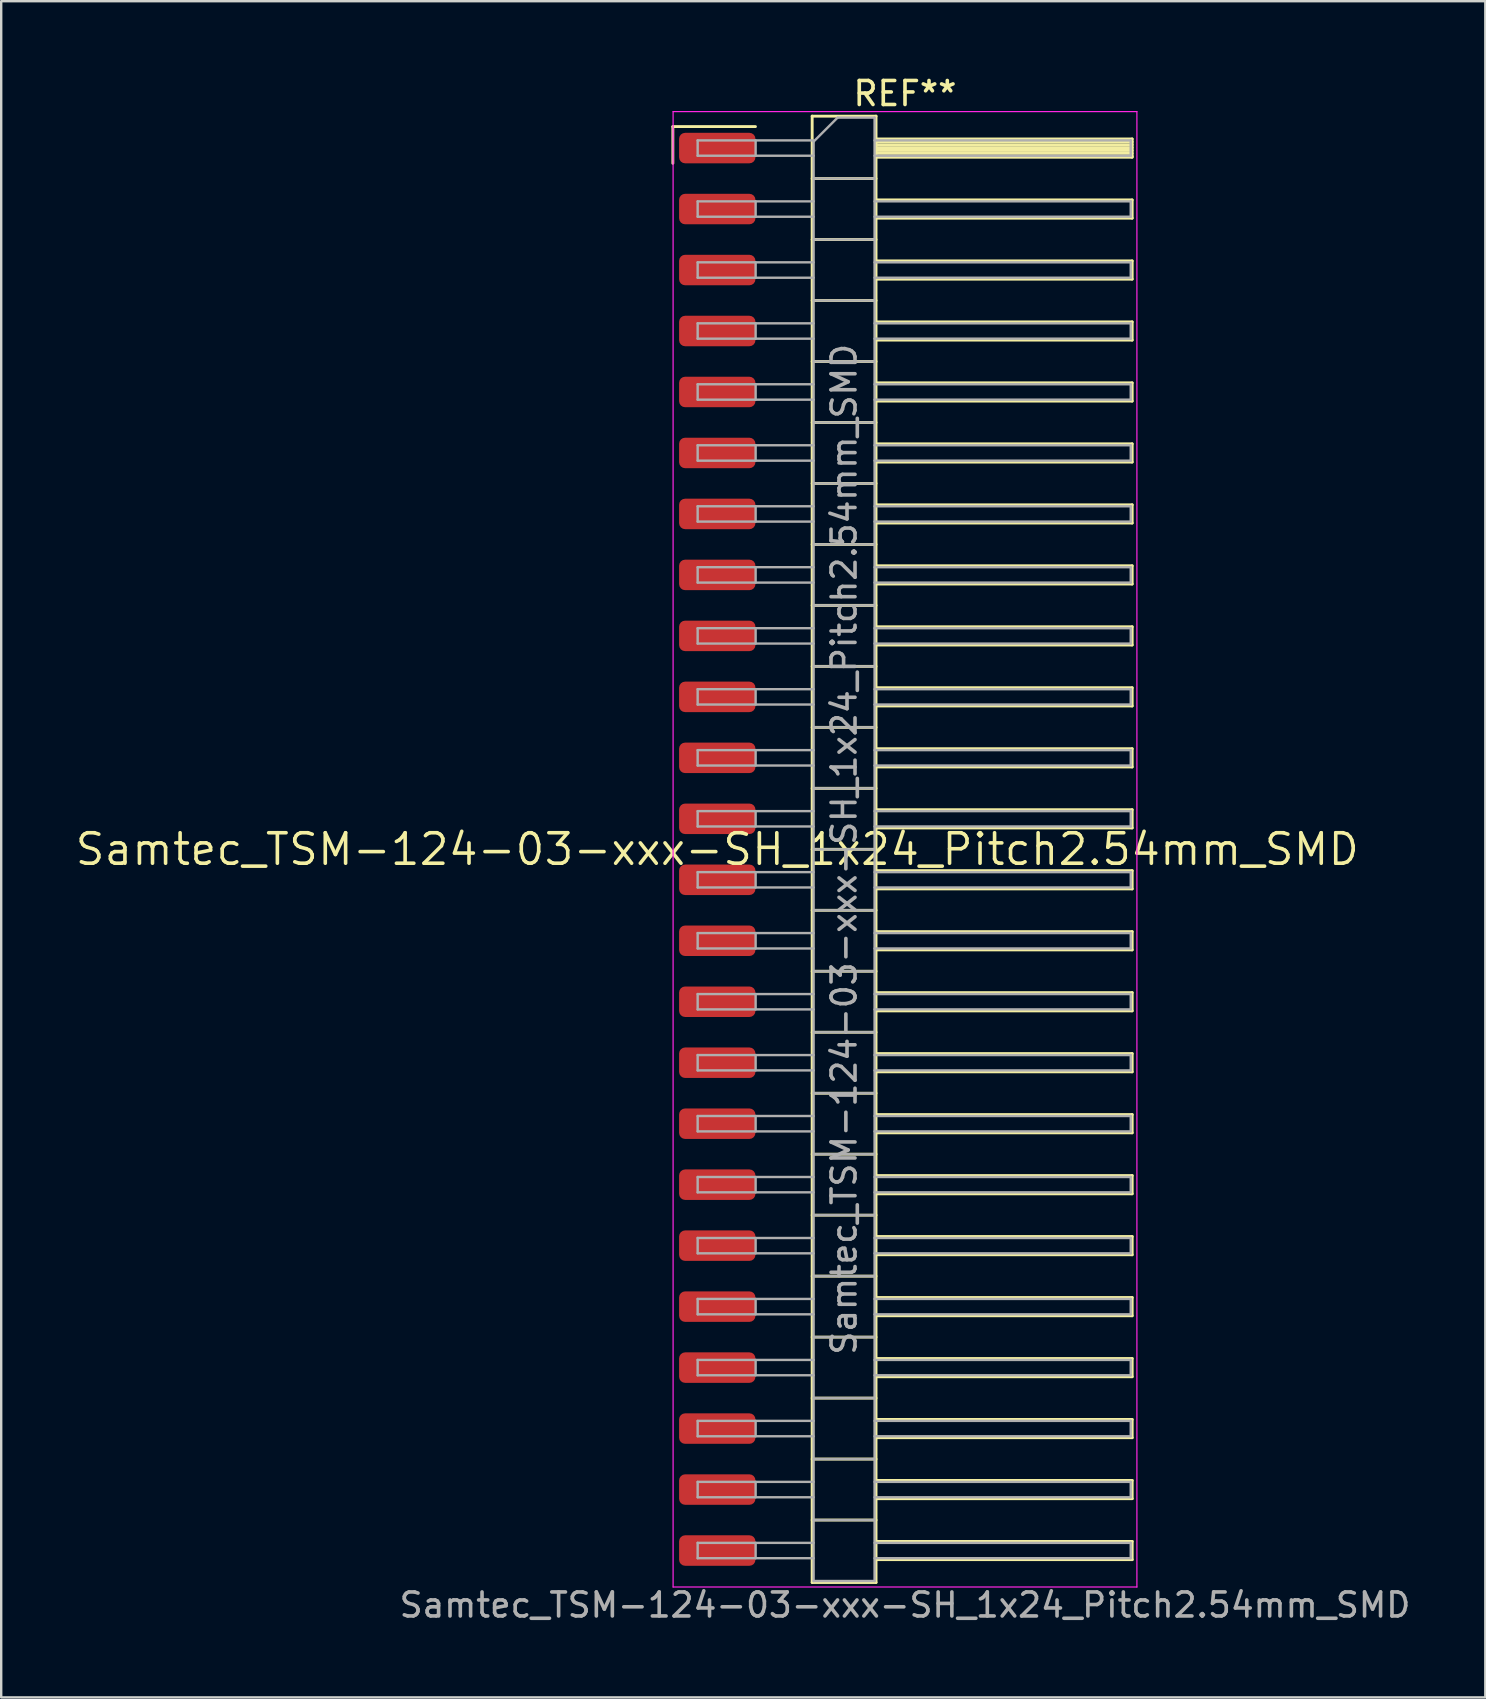
<source format=kicad_pcb>
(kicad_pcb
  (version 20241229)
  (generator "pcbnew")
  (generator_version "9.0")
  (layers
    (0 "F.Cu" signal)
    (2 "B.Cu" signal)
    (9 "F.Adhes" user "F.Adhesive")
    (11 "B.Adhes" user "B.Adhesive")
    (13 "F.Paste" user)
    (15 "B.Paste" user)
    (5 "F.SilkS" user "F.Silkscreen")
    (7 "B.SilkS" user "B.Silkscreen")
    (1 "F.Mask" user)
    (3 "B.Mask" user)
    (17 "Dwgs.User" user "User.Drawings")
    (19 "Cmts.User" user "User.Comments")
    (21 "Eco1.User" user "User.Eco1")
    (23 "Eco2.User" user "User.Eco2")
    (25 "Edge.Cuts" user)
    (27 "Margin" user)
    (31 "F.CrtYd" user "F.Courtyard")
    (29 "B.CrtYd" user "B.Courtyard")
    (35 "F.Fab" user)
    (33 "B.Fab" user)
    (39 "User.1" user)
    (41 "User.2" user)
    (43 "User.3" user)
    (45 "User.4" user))
  (footprint "Samtec_TSM-124-03-xxx-SH_1x24_Pitch2.54mm_SMD"
    (layer "F.Cu")
    (at 26.828 32.328)
    (property "Reference" "Samtec_TSM-124-03-xxx-SH_1x24_Pitch2.54mm_SMD" (at 0 0 0) (layer "F.SilkS") (effects (font (size 1.27 1.27) (thickness 0.15))))
    (attr smd)
    (fp_line (start -1.85 -30.105) (end 1.59 -30.105) (stroke (width 0.12) (type solid)) (layer "F.SilkS"))
    (fp_line (start -1.85 -28.575) (end -1.85 -30.105) (stroke (width 0.12) (type solid)) (layer "F.SilkS"))
    (fp_line (start 3.953 -30.54) (end 6.613 -30.54) (stroke (width 0.12) (type solid)) (layer "F.SilkS"))
    (fp_line (start 3.953 -27.94) (end 6.613 -27.94) (stroke (width 0.12) (type solid)) (layer "F.SilkS"))
    (fp_line (start 3.953 -25.4) (end 6.613 -25.4) (stroke (width 0.12) (type solid)) (layer "F.SilkS"))
    (fp_line (start 3.953 -22.86) (end 6.613 -22.86) (stroke (width 0.12) (type solid)) (layer "F.SilkS"))
    (fp_line (start 3.953 -20.32) (end 6.613 -20.32) (stroke (width 0.12) (type solid)) (layer "F.SilkS"))
    (fp_line (start 3.953 -17.78) (end 6.613 -17.78) (stroke (width 0.12) (type solid)) (layer "F.SilkS"))
    (fp_line (start 3.953 -15.24) (end 6.613 -15.24) (stroke (width 0.12) (type solid)) (layer "F.SilkS"))
    (fp_line (start 3.953 -12.7) (end 6.613 -12.7) (stroke (width 0.12) (type solid)) (layer "F.SilkS"))
    (fp_line (start 3.953 -10.16) (end 6.613 -10.16) (stroke (width 0.12) (type solid)) (layer "F.SilkS"))
    (fp_line (start 3.953 -7.62) (end 6.613 -7.62) (stroke (width 0.12) (type solid)) (layer "F.SilkS"))
    (fp_line (start 3.953 -5.08) (end 6.613 -5.08) (stroke (width 0.12) (type solid)) (layer "F.SilkS"))
    (fp_line (start 3.953 -2.54) (end 6.613 -2.54) (stroke (width 0.12) (type solid)) (layer "F.SilkS"))
    (fp_line (start 3.953 0) (end 6.613 0) (stroke (width 0.12) (type solid)) (layer "F.SilkS"))
    (fp_line (start 3.953 2.54) (end 6.613 2.54) (stroke (width 0.12) (type solid)) (layer "F.SilkS"))
    (fp_line (start 3.953 5.08) (end 6.613 5.08) (stroke (width 0.12) (type solid)) (layer "F.SilkS"))
    (fp_line (start 3.953 7.62) (end 6.613 7.62) (stroke (width 0.12) (type solid)) (layer "F.SilkS"))
    (fp_line (start 3.953 10.16) (end 6.613 10.16) (stroke (width 0.12) (type solid)) (layer "F.SilkS"))
    (fp_line (start 3.953 12.7) (end 6.613 12.7) (stroke (width 0.12) (type solid)) (layer "F.SilkS"))
    (fp_line (start 3.953 15.24) (end 6.613 15.24) (stroke (width 0.12) (type solid)) (layer "F.SilkS"))
    (fp_line (start 3.953 17.78) (end 6.613 17.78) (stroke (width 0.12) (type solid)) (layer "F.SilkS"))
    (fp_line (start 3.953 20.32) (end 6.613 20.32) (stroke (width 0.12) (type solid)) (layer "F.SilkS"))
    (fp_line (start 3.953 22.86) (end 6.613 22.86) (stroke (width 0.12) (type solid)) (layer "F.SilkS"))
    (fp_line (start 3.953 25.4) (end 6.613 25.4) (stroke (width 0.12) (type solid)) (layer "F.SilkS"))
    (fp_line (start 3.953 27.94) (end 6.613 27.94) (stroke (width 0.12) (type solid)) (layer "F.SilkS"))
    (fp_line (start 3.953 30.54) (end 3.953 -30.54) (stroke (width 0.12) (type solid)) (layer "F.SilkS"))
    (fp_line (start 6.613 -30.54) (end 6.613 30.54) (stroke (width 0.12) (type solid)) (layer "F.SilkS"))
    (fp_line (start 6.613 -29.59) (end 17.283 -29.59) (stroke (width 0.12) (type solid)) (layer "F.SilkS"))
    (fp_line (start 6.613 -29.47) (end 17.283 -29.47) (stroke (width 0.12) (type solid)) (layer "F.SilkS"))
    (fp_line (start 6.613 -29.35) (end 17.283 -29.35) (stroke (width 0.12) (type solid)) (layer "F.SilkS"))
    (fp_line (start 6.613 -29.23) (end 17.283 -29.23) (stroke (width 0.12) (type solid)) (layer "F.SilkS"))
    (fp_line (start 6.613 -29.11) (end 17.283 -29.11) (stroke (width 0.12) (type solid)) (layer "F.SilkS"))
    (fp_line (start 6.613 -28.99) (end 17.283 -28.99) (stroke (width 0.12) (type solid)) (layer "F.SilkS"))
    (fp_line (start 6.613 -28.87) (end 17.283 -28.87) (stroke (width 0.12) (type solid)) (layer "F.SilkS"))
    (fp_line (start 6.613 -28.83) (end 17.283 -28.83) (stroke (width 0.12) (type solid)) (layer "F.SilkS"))
    (fp_line (start 6.613 -27.05) (end 17.283 -27.05) (stroke (width 0.12) (type solid)) (layer "F.SilkS"))
    (fp_line (start 6.613 -26.29) (end 17.283 -26.29) (stroke (width 0.12) (type solid)) (layer "F.SilkS"))
    (fp_line (start 6.613 -24.51) (end 17.283 -24.51) (stroke (width 0.12) (type solid)) (layer "F.SilkS"))
    (fp_line (start 6.613 -23.75) (end 17.283 -23.75) (stroke (width 0.12) (type solid)) (layer "F.SilkS"))
    (fp_line (start 6.613 -21.97) (end 17.283 -21.97) (stroke (width 0.12) (type solid)) (layer "F.SilkS"))
    (fp_line (start 6.613 -21.21) (end 17.283 -21.21) (stroke (width 0.12) (type solid)) (layer "F.SilkS"))
    (fp_line (start 6.613 -19.43) (end 17.283 -19.43) (stroke (width 0.12) (type solid)) (layer "F.SilkS"))
    (fp_line (start 6.613 -18.67) (end 17.283 -18.67) (stroke (width 0.12) (type solid)) (layer "F.SilkS"))
    (fp_line (start 6.613 -16.89) (end 17.283 -16.89) (stroke (width 0.12) (type solid)) (layer "F.SilkS"))
    (fp_line (start 6.613 -16.13) (end 17.283 -16.13) (stroke (width 0.12) (type solid)) (layer "F.SilkS"))
    (fp_line (start 6.613 -14.35) (end 17.283 -14.35) (stroke (width 0.12) (type solid)) (layer "F.SilkS"))
    (fp_line (start 6.613 -13.59) (end 17.283 -13.59) (stroke (width 0.12) (type solid)) (layer "F.SilkS"))
    (fp_line (start 6.613 -11.81) (end 17.283 -11.81) (stroke (width 0.12) (type solid)) (layer "F.SilkS"))
    (fp_line (start 6.613 -11.05) (end 17.283 -11.05) (stroke (width 0.12) (type solid)) (layer "F.SilkS"))
    (fp_line (start 6.613 -9.27) (end 17.283 -9.27) (stroke (width 0.12) (type solid)) (layer "F.SilkS"))
    (fp_line (start 6.613 -8.51) (end 17.283 -8.51) (stroke (width 0.12) (type solid)) (layer "F.SilkS"))
    (fp_line (start 6.613 -6.73) (end 17.283 -6.73) (stroke (width 0.12) (type solid)) (layer "F.SilkS"))
    (fp_line (start 6.613 -5.97) (end 17.283 -5.97) (stroke (width 0.12) (type solid)) (layer "F.SilkS"))
    (fp_line (start 6.613 -4.19) (end 17.283 -4.19) (stroke (width 0.12) (type solid)) (layer "F.SilkS"))
    (fp_line (start 6.613 -3.43) (end 17.283 -3.43) (stroke (width 0.12) (type solid)) (layer "F.SilkS"))
    (fp_line (start 6.613 -1.65) (end 17.283 -1.65) (stroke (width 0.12) (type solid)) (layer "F.SilkS"))
    (fp_line (start 6.613 -0.89) (end 17.283 -0.89) (stroke (width 0.12) (type solid)) (layer "F.SilkS"))
    (fp_line (start 6.613 0.89) (end 17.283 0.89) (stroke (width 0.12) (type solid)) (layer "F.SilkS"))
    (fp_line (start 6.613 1.65) (end 17.283 1.65) (stroke (width 0.12) (type solid)) (layer "F.SilkS"))
    (fp_line (start 6.613 3.43) (end 17.283 3.43) (stroke (width 0.12) (type solid)) (layer "F.SilkS"))
    (fp_line (start 6.613 4.19) (end 17.283 4.19) (stroke (width 0.12) (type solid)) (layer "F.SilkS"))
    (fp_line (start 6.613 5.97) (end 17.283 5.97) (stroke (width 0.12) (type solid)) (layer "F.SilkS"))
    (fp_line (start 6.613 6.73) (end 17.283 6.73) (stroke (width 0.12) (type solid)) (layer "F.SilkS"))
    (fp_line (start 6.613 8.51) (end 17.283 8.51) (stroke (width 0.12) (type solid)) (layer "F.SilkS"))
    (fp_line (start 6.613 9.27) (end 17.283 9.27) (stroke (width 0.12) (type solid)) (layer "F.SilkS"))
    (fp_line (start 6.613 11.05) (end 17.283 11.05) (stroke (width 0.12) (type solid)) (layer "F.SilkS"))
    (fp_line (start 6.613 11.81) (end 17.283 11.81) (stroke (width 0.12) (type solid)) (layer "F.SilkS"))
    (fp_line (start 6.613 13.59) (end 17.283 13.59) (stroke (width 0.12) (type solid)) (layer "F.SilkS"))
    (fp_line (start 6.613 14.35) (end 17.283 14.35) (stroke (width 0.12) (type solid)) (layer "F.SilkS"))
    (fp_line (start 6.613 16.13) (end 17.283 16.13) (stroke (width 0.12) (type solid)) (layer "F.SilkS"))
    (fp_line (start 6.613 16.89) (end 17.283 16.89) (stroke (width 0.12) (type solid)) (layer "F.SilkS"))
    (fp_line (start 6.613 18.67) (end 17.283 18.67) (stroke (width 0.12) (type solid)) (layer "F.SilkS"))
    (fp_line (start 6.613 19.43) (end 17.283 19.43) (stroke (width 0.12) (type solid)) (layer "F.SilkS"))
    (fp_line (start 6.613 21.21) (end 17.283 21.21) (stroke (width 0.12) (type solid)) (layer "F.SilkS"))
    (fp_line (start 6.613 21.97) (end 17.283 21.97) (stroke (width 0.12) (type solid)) (layer "F.SilkS"))
    (fp_line (start 6.613 23.75) (end 17.283 23.75) (stroke (width 0.12) (type solid)) (layer "F.SilkS"))
    (fp_line (start 6.613 24.51) (end 17.283 24.51) (stroke (width 0.12) (type solid)) (layer "F.SilkS"))
    (fp_line (start 6.613 26.29) (end 17.283 26.29) (stroke (width 0.12) (type solid)) (layer "F.SilkS"))
    (fp_line (start 6.613 27.05) (end 17.283 27.05) (stroke (width 0.12) (type solid)) (layer "F.SilkS"))
    (fp_line (start 6.613 28.83) (end 17.283 28.83) (stroke (width 0.12) (type solid)) (layer "F.SilkS"))
    (fp_line (start 6.613 29.59) (end 17.283 29.59) (stroke (width 0.12) (type solid)) (layer "F.SilkS"))
    (fp_line (start 6.613 30.54) (end 3.953 30.54) (stroke (width 0.12) (type solid)) (layer "F.SilkS"))
    (fp_line (start 17.283 -29.59) (end 17.283 -28.83) (stroke (width 0.12) (type solid)) (layer "F.SilkS"))
    (fp_line (start 17.283 -27.05) (end 17.283 -26.29) (stroke (width 0.12) (type solid)) (layer "F.SilkS"))
    (fp_line (start 17.283 -24.51) (end 17.283 -23.75) (stroke (width 0.12) (type solid)) (layer "F.SilkS"))
    (fp_line (start 17.283 -21.97) (end 17.283 -21.21) (stroke (width 0.12) (type solid)) (layer "F.SilkS"))
    (fp_line (start 17.283 -19.43) (end 17.283 -18.67) (stroke (width 0.12) (type solid)) (layer "F.SilkS"))
    (fp_line (start 17.283 -16.89) (end 17.283 -16.13) (stroke (width 0.12) (type solid)) (layer "F.SilkS"))
    (fp_line (start 17.283 -14.35) (end 17.283 -13.59) (stroke (width 0.12) (type solid)) (layer "F.SilkS"))
    (fp_line (start 17.283 -11.81) (end 17.283 -11.05) (stroke (width 0.12) (type solid)) (layer "F.SilkS"))
    (fp_line (start 17.283 -9.27) (end 17.283 -8.51) (stroke (width 0.12) (type solid)) (layer "F.SilkS"))
    (fp_line (start 17.283 -6.73) (end 17.283 -5.97) (stroke (width 0.12) (type solid)) (layer "F.SilkS"))
    (fp_line (start 17.283 -4.19) (end 17.283 -3.43) (stroke (width 0.12) (type solid)) (layer "F.SilkS"))
    (fp_line (start 17.283 -1.65) (end 17.283 -0.89) (stroke (width 0.12) (type solid)) (layer "F.SilkS"))
    (fp_line (start 17.283 0.89) (end 17.283 1.65) (stroke (width 0.12) (type solid)) (layer "F.SilkS"))
    (fp_line (start 17.283 3.43) (end 17.283 4.19) (stroke (width 0.12) (type solid)) (layer "F.SilkS"))
    (fp_line (start 17.283 5.97) (end 17.283 6.73) (stroke (width 0.12) (type solid)) (layer "F.SilkS"))
    (fp_line (start 17.283 8.51) (end 17.283 9.27) (stroke (width 0.12) (type solid)) (layer "F.SilkS"))
    (fp_line (start 17.283 11.05) (end 17.283 11.81) (stroke (width 0.12) (type solid)) (layer "F.SilkS"))
    (fp_line (start 17.283 13.59) (end 17.283 14.35) (stroke (width 0.12) (type solid)) (layer "F.SilkS"))
    (fp_line (start 17.283 16.13) (end 17.283 16.89) (stroke (width 0.12) (type solid)) (layer "F.SilkS"))
    (fp_line (start 17.283 18.67) (end 17.283 19.43) (stroke (width 0.12) (type solid)) (layer "F.SilkS"))
    (fp_line (start 17.283 21.21) (end 17.283 21.97) (stroke (width 0.12) (type solid)) (layer "F.SilkS"))
    (fp_line (start 17.283 23.75) (end 17.283 24.51) (stroke (width 0.12) (type solid)) (layer "F.SilkS"))
    (fp_line (start 17.283 26.29) (end 17.283 27.05) (stroke (width 0.12) (type solid)) (layer "F.SilkS"))
    (fp_line (start 17.283 28.83) (end 17.283 29.59) (stroke (width 0.12) (type solid)) (layer "F.SilkS"))
    (fp_line (start -1.84 -30.73) (end 17.48 -30.73) (stroke (width 0.05) (type solid)) (layer "F.CrtYd"))
    (fp_line (start -1.84 30.73) (end -1.84 -30.73) (stroke (width 0.05) (type solid)) (layer "F.CrtYd"))
    (fp_line (start 17.48 -30.73) (end 17.48 30.73) (stroke (width 0.05) (type solid)) (layer "F.CrtYd"))
    (fp_line (start 17.48 30.73) (end -1.84 30.73) (stroke (width 0.05) (type solid)) (layer "F.CrtYd"))
    (fp_line (start -0.817 -29.53) (end -0.817 -28.89) (stroke (width 0.1) (type solid)) (layer "F.Fab"))
    (fp_line (start -0.817 -29.53) (end 4.013 -29.53) (stroke (width 0.1) (type solid)) (layer "F.Fab"))
    (fp_line (start -0.817 -28.89) (end 4.013 -28.89) (stroke (width 0.1) (type solid)) (layer "F.Fab"))
    (fp_line (start -0.817 -26.99) (end -0.817 -26.35) (stroke (width 0.1) (type solid)) (layer "F.Fab"))
    (fp_line (start -0.817 -26.99) (end 4.013 -26.99) (stroke (width 0.1) (type solid)) (layer "F.Fab"))
    (fp_line (start -0.817 -26.35) (end 4.013 -26.35) (stroke (width 0.1) (type solid)) (layer "F.Fab"))
    (fp_line (start -0.817 -24.45) (end -0.817 -23.81) (stroke (width 0.1) (type solid)) (layer "F.Fab"))
    (fp_line (start -0.817 -24.45) (end 4.013 -24.45) (stroke (width 0.1) (type solid)) (layer "F.Fab"))
    (fp_line (start -0.817 -23.81) (end 4.013 -23.81) (stroke (width 0.1) (type solid)) (layer "F.Fab"))
    (fp_line (start -0.817 -21.91) (end -0.817 -21.27) (stroke (width 0.1) (type solid)) (layer "F.Fab"))
    (fp_line (start -0.817 -21.91) (end 4.013 -21.91) (stroke (width 0.1) (type solid)) (layer "F.Fab"))
    (fp_line (start -0.817 -21.27) (end 4.013 -21.27) (stroke (width 0.1) (type solid)) (layer "F.Fab"))
    (fp_line (start -0.817 -19.37) (end -0.817 -18.73) (stroke (width 0.1) (type solid)) (layer "F.Fab"))
    (fp_line (start -0.817 -19.37) (end 4.013 -19.37) (stroke (width 0.1) (type solid)) (layer "F.Fab"))
    (fp_line (start -0.817 -18.73) (end 4.013 -18.73) (stroke (width 0.1) (type solid)) (layer "F.Fab"))
    (fp_line (start -0.817 -16.83) (end -0.817 -16.19) (stroke (width 0.1) (type solid)) (layer "F.Fab"))
    (fp_line (start -0.817 -16.83) (end 4.013 -16.83) (stroke (width 0.1) (type solid)) (layer "F.Fab"))
    (fp_line (start -0.817 -16.19) (end 4.013 -16.19) (stroke (width 0.1) (type solid)) (layer "F.Fab"))
    (fp_line (start -0.817 -14.29) (end -0.817 -13.65) (stroke (width 0.1) (type solid)) (layer "F.Fab"))
    (fp_line (start -0.817 -14.29) (end 4.013 -14.29) (stroke (width 0.1) (type solid)) (layer "F.Fab"))
    (fp_line (start -0.817 -13.65) (end 4.013 -13.65) (stroke (width 0.1) (type solid)) (layer "F.Fab"))
    (fp_line (start -0.817 -11.75) (end -0.817 -11.11) (stroke (width 0.1) (type solid)) (layer "F.Fab"))
    (fp_line (start -0.817 -11.75) (end 4.013 -11.75) (stroke (width 0.1) (type solid)) (layer "F.Fab"))
    (fp_line (start -0.817 -11.11) (end 4.013 -11.11) (stroke (width 0.1) (type solid)) (layer "F.Fab"))
    (fp_line (start -0.817 -9.21) (end -0.817 -8.57) (stroke (width 0.1) (type solid)) (layer "F.Fab"))
    (fp_line (start -0.817 -9.21) (end 4.013 -9.21) (stroke (width 0.1) (type solid)) (layer "F.Fab"))
    (fp_line (start -0.817 -8.57) (end 4.013 -8.57) (stroke (width 0.1) (type solid)) (layer "F.Fab"))
    (fp_line (start -0.817 -6.67) (end -0.817 -6.03) (stroke (width 0.1) (type solid)) (layer "F.Fab"))
    (fp_line (start -0.817 -6.67) (end 4.013 -6.67) (stroke (width 0.1) (type solid)) (layer "F.Fab"))
    (fp_line (start -0.817 -6.03) (end 4.013 -6.03) (stroke (width 0.1) (type solid)) (layer "F.Fab"))
    (fp_line (start -0.817 -4.13) (end -0.817 -3.49) (stroke (width 0.1) (type solid)) (layer "F.Fab"))
    (fp_line (start -0.817 -4.13) (end 4.013 -4.13) (stroke (width 0.1) (type solid)) (layer "F.Fab"))
    (fp_line (start -0.817 -3.49) (end 4.013 -3.49) (stroke (width 0.1) (type solid)) (layer "F.Fab"))
    (fp_line (start -0.817 -1.59) (end -0.817 -0.95) (stroke (width 0.1) (type solid)) (layer "F.Fab"))
    (fp_line (start -0.817 -1.59) (end 4.013 -1.59) (stroke (width 0.1) (type solid)) (layer "F.Fab"))
    (fp_line (start -0.817 -0.95) (end 4.013 -0.95) (stroke (width 0.1) (type solid)) (layer "F.Fab"))
    (fp_line (start -0.817 0.95) (end -0.817 1.59) (stroke (width 0.1) (type solid)) (layer "F.Fab"))
    (fp_line (start -0.817 0.95) (end 4.013 0.95) (stroke (width 0.1) (type solid)) (layer "F.Fab"))
    (fp_line (start -0.817 1.59) (end 4.013 1.59) (stroke (width 0.1) (type solid)) (layer "F.Fab"))
    (fp_line (start -0.817 3.49) (end -0.817 4.13) (stroke (width 0.1) (type solid)) (layer "F.Fab"))
    (fp_line (start -0.817 3.49) (end 4.013 3.49) (stroke (width 0.1) (type solid)) (layer "F.Fab"))
    (fp_line (start -0.817 4.13) (end 4.013 4.13) (stroke (width 0.1) (type solid)) (layer "F.Fab"))
    (fp_line (start -0.817 6.03) (end -0.817 6.67) (stroke (width 0.1) (type solid)) (layer "F.Fab"))
    (fp_line (start -0.817 6.03) (end 4.013 6.03) (stroke (width 0.1) (type solid)) (layer "F.Fab"))
    (fp_line (start -0.817 6.67) (end 4.013 6.67) (stroke (width 0.1) (type solid)) (layer "F.Fab"))
    (fp_line (start -0.817 8.57) (end -0.817 9.21) (stroke (width 0.1) (type solid)) (layer "F.Fab"))
    (fp_line (start -0.817 8.57) (end 4.013 8.57) (stroke (width 0.1) (type solid)) (layer "F.Fab"))
    (fp_line (start -0.817 9.21) (end 4.013 9.21) (stroke (width 0.1) (type solid)) (layer "F.Fab"))
    (fp_line (start -0.817 11.11) (end -0.817 11.75) (stroke (width 0.1) (type solid)) (layer "F.Fab"))
    (fp_line (start -0.817 11.11) (end 4.013 11.11) (stroke (width 0.1) (type solid)) (layer "F.Fab"))
    (fp_line (start -0.817 11.75) (end 4.013 11.75) (stroke (width 0.1) (type solid)) (layer "F.Fab"))
    (fp_line (start -0.817 13.65) (end -0.817 14.29) (stroke (width 0.1) (type solid)) (layer "F.Fab"))
    (fp_line (start -0.817 13.65) (end 4.013 13.65) (stroke (width 0.1) (type solid)) (layer "F.Fab"))
    (fp_line (start -0.817 14.29) (end 4.013 14.29) (stroke (width 0.1) (type solid)) (layer "F.Fab"))
    (fp_line (start -0.817 16.19) (end -0.817 16.83) (stroke (width 0.1) (type solid)) (layer "F.Fab"))
    (fp_line (start -0.817 16.19) (end 4.013 16.19) (stroke (width 0.1) (type solid)) (layer "F.Fab"))
    (fp_line (start -0.817 16.83) (end 4.013 16.83) (stroke (width 0.1) (type solid)) (layer "F.Fab"))
    (fp_line (start -0.817 18.73) (end -0.817 19.37) (stroke (width 0.1) (type solid)) (layer "F.Fab"))
    (fp_line (start -0.817 18.73) (end 4.013 18.73) (stroke (width 0.1) (type solid)) (layer "F.Fab"))
    (fp_line (start -0.817 19.37) (end 4.013 19.37) (stroke (width 0.1) (type solid)) (layer "F.Fab"))
    (fp_line (start -0.817 21.27) (end -0.817 21.91) (stroke (width 0.1) (type solid)) (layer "F.Fab"))
    (fp_line (start -0.817 21.27) (end 4.013 21.27) (stroke (width 0.1) (type solid)) (layer "F.Fab"))
    (fp_line (start -0.817 21.91) (end 4.013 21.91) (stroke (width 0.1) (type solid)) (layer "F.Fab"))
    (fp_line (start -0.817 23.81) (end -0.817 24.45) (stroke (width 0.1) (type solid)) (layer "F.Fab"))
    (fp_line (start -0.817 23.81) (end 4.013 23.81) (stroke (width 0.1) (type solid)) (layer "F.Fab"))
    (fp_line (start -0.817 24.45) (end 4.013 24.45) (stroke (width 0.1) (type solid)) (layer "F.Fab"))
    (fp_line (start -0.817 26.35) (end -0.817 26.99) (stroke (width 0.1) (type solid)) (layer "F.Fab"))
    (fp_line (start -0.817 26.35) (end 4.013 26.35) (stroke (width 0.1) (type solid)) (layer "F.Fab"))
    (fp_line (start -0.817 26.99) (end 4.013 26.99) (stroke (width 0.1) (type solid)) (layer "F.Fab"))
    (fp_line (start -0.817 28.89) (end -0.817 29.53) (stroke (width 0.1) (type solid)) (layer "F.Fab"))
    (fp_line (start -0.817 28.89) (end 4.013 28.89) (stroke (width 0.1) (type solid)) (layer "F.Fab"))
    (fp_line (start -0.817 29.53) (end 4.013 29.53) (stroke (width 0.1) (type solid)) (layer "F.Fab"))
    (fp_line (start 1.598 -29.53) (end 1.598 -28.89) (stroke (width 0.1) (type solid)) (layer "F.Fab"))
    (fp_line (start 1.598 -26.99) (end 1.598 -26.35) (stroke (width 0.1) (type solid)) (layer "F.Fab"))
    (fp_line (start 1.598 -24.45) (end 1.598 -23.81) (stroke (width 0.1) (type solid)) (layer "F.Fab"))
    (fp_line (start 1.598 -21.91) (end 1.598 -21.27) (stroke (width 0.1) (type solid)) (layer "F.Fab"))
    (fp_line (start 1.598 -19.37) (end 1.598 -18.73) (stroke (width 0.1) (type solid)) (layer "F.Fab"))
    (fp_line (start 1.598 -16.83) (end 1.598 -16.19) (stroke (width 0.1) (type solid)) (layer "F.Fab"))
    (fp_line (start 1.598 -14.29) (end 1.598 -13.65) (stroke (width 0.1) (type solid)) (layer "F.Fab"))
    (fp_line (start 1.598 -11.75) (end 1.598 -11.11) (stroke (width 0.1) (type solid)) (layer "F.Fab"))
    (fp_line (start 1.598 -9.21) (end 1.598 -8.57) (stroke (width 0.1) (type solid)) (layer "F.Fab"))
    (fp_line (start 1.598 -6.67) (end 1.598 -6.03) (stroke (width 0.1) (type solid)) (layer "F.Fab"))
    (fp_line (start 1.598 -4.13) (end 1.598 -3.49) (stroke (width 0.1) (type solid)) (layer "F.Fab"))
    (fp_line (start 1.598 -1.59) (end 1.598 -0.95) (stroke (width 0.1) (type solid)) (layer "F.Fab"))
    (fp_line (start 1.598 0.95) (end 1.598 1.59) (stroke (width 0.1) (type solid)) (layer "F.Fab"))
    (fp_line (start 1.598 3.49) (end 1.598 4.13) (stroke (width 0.1) (type solid)) (layer "F.Fab"))
    (fp_line (start 1.598 6.03) (end 1.598 6.67) (stroke (width 0.1) (type solid)) (layer "F.Fab"))
    (fp_line (start 1.598 8.57) (end 1.598 9.21) (stroke (width 0.1) (type solid)) (layer "F.Fab"))
    (fp_line (start 1.598 11.11) (end 1.598 11.75) (stroke (width 0.1) (type solid)) (layer "F.Fab"))
    (fp_line (start 1.598 13.65) (end 1.598 14.29) (stroke (width 0.1) (type solid)) (layer "F.Fab"))
    (fp_line (start 1.598 16.19) (end 1.598 16.83) (stroke (width 0.1) (type solid)) (layer "F.Fab"))
    (fp_line (start 1.598 18.73) (end 1.598 19.37) (stroke (width 0.1) (type solid)) (layer "F.Fab"))
    (fp_line (start 1.598 21.27) (end 1.598 21.91) (stroke (width 0.1) (type solid)) (layer "F.Fab"))
    (fp_line (start 1.598 23.81) (end 1.598 24.45) (stroke (width 0.1) (type solid)) (layer "F.Fab"))
    (fp_line (start 1.598 26.35) (end 1.598 26.99) (stroke (width 0.1) (type solid)) (layer "F.Fab"))
    (fp_line (start 1.598 28.89) (end 1.598 29.53) (stroke (width 0.1) (type solid)) (layer "F.Fab"))
    (fp_line (start 4.013 -29.48) (end 5.013 -30.48) (stroke (width 0.1) (type solid)) (layer "F.Fab"))
    (fp_line (start 4.013 -27.94) (end 6.553 -27.94) (stroke (width 0.1) (type solid)) (layer "F.Fab"))
    (fp_line (start 4.013 -25.4) (end 6.553 -25.4) (stroke (width 0.1) (type solid)) (layer "F.Fab"))
    (fp_line (start 4.013 -22.86) (end 6.553 -22.86) (stroke (width 0.1) (type solid)) (layer "F.Fab"))
    (fp_line (start 4.013 -20.32) (end 6.553 -20.32) (stroke (width 0.1) (type solid)) (layer "F.Fab"))
    (fp_line (start 4.013 -17.78) (end 6.553 -17.78) (stroke (width 0.1) (type solid)) (layer "F.Fab"))
    (fp_line (start 4.013 -15.24) (end 6.553 -15.24) (stroke (width 0.1) (type solid)) (layer "F.Fab"))
    (fp_line (start 4.013 -12.7) (end 6.553 -12.7) (stroke (width 0.1) (type solid)) (layer "F.Fab"))
    (fp_line (start 4.013 -10.16) (end 6.553 -10.16) (stroke (width 0.1) (type solid)) (layer "F.Fab"))
    (fp_line (start 4.013 -7.62) (end 6.553 -7.62) (stroke (width 0.1) (type solid)) (layer "F.Fab"))
    (fp_line (start 4.013 -5.08) (end 6.553 -5.08) (stroke (width 0.1) (type solid)) (layer "F.Fab"))
    (fp_line (start 4.013 -2.54) (end 6.553 -2.54) (stroke (width 0.1) (type solid)) (layer "F.Fab"))
    (fp_line (start 4.013 0) (end 6.553 0) (stroke (width 0.1) (type solid)) (layer "F.Fab"))
    (fp_line (start 4.013 2.54) (end 6.553 2.54) (stroke (width 0.1) (type solid)) (layer "F.Fab"))
    (fp_line (start 4.013 5.08) (end 6.553 5.08) (stroke (width 0.1) (type solid)) (layer "F.Fab"))
    (fp_line (start 4.013 7.62) (end 6.553 7.62) (stroke (width 0.1) (type solid)) (layer "F.Fab"))
    (fp_line (start 4.013 10.16) (end 6.553 10.16) (stroke (width 0.1) (type solid)) (layer "F.Fab"))
    (fp_line (start 4.013 12.7) (end 6.553 12.7) (stroke (width 0.1) (type solid)) (layer "F.Fab"))
    (fp_line (start 4.013 15.24) (end 6.553 15.24) (stroke (width 0.1) (type solid)) (layer "F.Fab"))
    (fp_line (start 4.013 17.78) (end 6.553 17.78) (stroke (width 0.1) (type solid)) (layer "F.Fab"))
    (fp_line (start 4.013 20.32) (end 6.553 20.32) (stroke (width 0.1) (type solid)) (layer "F.Fab"))
    (fp_line (start 4.013 22.86) (end 6.553 22.86) (stroke (width 0.1) (type solid)) (layer "F.Fab"))
    (fp_line (start 4.013 25.4) (end 6.553 25.4) (stroke (width 0.1) (type solid)) (layer "F.Fab"))
    (fp_line (start 4.013 27.94) (end 6.553 27.94) (stroke (width 0.1) (type solid)) (layer "F.Fab"))
    (fp_line (start 4.013 30.48) (end 4.013 -29.48) (stroke (width 0.1) (type solid)) (layer "F.Fab"))
    (fp_line (start 5.013 -30.48) (end 6.553 -30.48) (stroke (width 0.1) (type solid)) (layer "F.Fab"))
    (fp_line (start 6.553 -30.48) (end 6.553 30.48) (stroke (width 0.1) (type solid)) (layer "F.Fab"))
    (fp_line (start 6.553 -29.53) (end 17.223 -29.53) (stroke (width 0.1) (type solid)) (layer "F.Fab"))
    (fp_line (start 6.553 -28.89) (end 17.223 -28.89) (stroke (width 0.1) (type solid)) (layer "F.Fab"))
    (fp_line (start 6.553 -26.99) (end 17.223 -26.99) (stroke (width 0.1) (type solid)) (layer "F.Fab"))
    (fp_line (start 6.553 -26.35) (end 17.223 -26.35) (stroke (width 0.1) (type solid)) (layer "F.Fab"))
    (fp_line (start 6.553 -24.45) (end 17.223 -24.45) (stroke (width 0.1) (type solid)) (layer "F.Fab"))
    (fp_line (start 6.553 -23.81) (end 17.223 -23.81) (stroke (width 0.1) (type solid)) (layer "F.Fab"))
    (fp_line (start 6.553 -21.91) (end 17.223 -21.91) (stroke (width 0.1) (type solid)) (layer "F.Fab"))
    (fp_line (start 6.553 -21.27) (end 17.223 -21.27) (stroke (width 0.1) (type solid)) (layer "F.Fab"))
    (fp_line (start 6.553 -19.37) (end 17.223 -19.37) (stroke (width 0.1) (type solid)) (layer "F.Fab"))
    (fp_line (start 6.553 -18.73) (end 17.223 -18.73) (stroke (width 0.1) (type solid)) (layer "F.Fab"))
    (fp_line (start 6.553 -16.83) (end 17.223 -16.83) (stroke (width 0.1) (type solid)) (layer "F.Fab"))
    (fp_line (start 6.553 -16.19) (end 17.223 -16.19) (stroke (width 0.1) (type solid)) (layer "F.Fab"))
    (fp_line (start 6.553 -14.29) (end 17.223 -14.29) (stroke (width 0.1) (type solid)) (layer "F.Fab"))
    (fp_line (start 6.553 -13.65) (end 17.223 -13.65) (stroke (width 0.1) (type solid)) (layer "F.Fab"))
    (fp_line (start 6.553 -11.75) (end 17.223 -11.75) (stroke (width 0.1) (type solid)) (layer "F.Fab"))
    (fp_line (start 6.553 -11.11) (end 17.223 -11.11) (stroke (width 0.1) (type solid)) (layer "F.Fab"))
    (fp_line (start 6.553 -9.21) (end 17.223 -9.21) (stroke (width 0.1) (type solid)) (layer "F.Fab"))
    (fp_line (start 6.553 -8.57) (end 17.223 -8.57) (stroke (width 0.1) (type solid)) (layer "F.Fab"))
    (fp_line (start 6.553 -6.67) (end 17.223 -6.67) (stroke (width 0.1) (type solid)) (layer "F.Fab"))
    (fp_line (start 6.553 -6.03) (end 17.223 -6.03) (stroke (width 0.1) (type solid)) (layer "F.Fab"))
    (fp_line (start 6.553 -4.13) (end 17.223 -4.13) (stroke (width 0.1) (type solid)) (layer "F.Fab"))
    (fp_line (start 6.553 -3.49) (end 17.223 -3.49) (stroke (width 0.1) (type solid)) (layer "F.Fab"))
    (fp_line (start 6.553 -1.59) (end 17.223 -1.59) (stroke (width 0.1) (type solid)) (layer "F.Fab"))
    (fp_line (start 6.553 -0.95) (end 17.223 -0.95) (stroke (width 0.1) (type solid)) (layer "F.Fab"))
    (fp_line (start 6.553 0.95) (end 17.223 0.95) (stroke (width 0.1) (type solid)) (layer "F.Fab"))
    (fp_line (start 6.553 1.59) (end 17.223 1.59) (stroke (width 0.1) (type solid)) (layer "F.Fab"))
    (fp_line (start 6.553 3.49) (end 17.223 3.49) (stroke (width 0.1) (type solid)) (layer "F.Fab"))
    (fp_line (start 6.553 4.13) (end 17.223 4.13) (stroke (width 0.1) (type solid)) (layer "F.Fab"))
    (fp_line (start 6.553 6.03) (end 17.223 6.03) (stroke (width 0.1) (type solid)) (layer "F.Fab"))
    (fp_line (start 6.553 6.67) (end 17.223 6.67) (stroke (width 0.1) (type solid)) (layer "F.Fab"))
    (fp_line (start 6.553 8.57) (end 17.223 8.57) (stroke (width 0.1) (type solid)) (layer "F.Fab"))
    (fp_line (start 6.553 9.21) (end 17.223 9.21) (stroke (width 0.1) (type solid)) (layer "F.Fab"))
    (fp_line (start 6.553 11.11) (end 17.223 11.11) (stroke (width 0.1) (type solid)) (layer "F.Fab"))
    (fp_line (start 6.553 11.75) (end 17.223 11.75) (stroke (width 0.1) (type solid)) (layer "F.Fab"))
    (fp_line (start 6.553 13.65) (end 17.223 13.65) (stroke (width 0.1) (type solid)) (layer "F.Fab"))
    (fp_line (start 6.553 14.29) (end 17.223 14.29) (stroke (width 0.1) (type solid)) (layer "F.Fab"))
    (fp_line (start 6.553 16.19) (end 17.223 16.19) (stroke (width 0.1) (type solid)) (layer "F.Fab"))
    (fp_line (start 6.553 16.83) (end 17.223 16.83) (stroke (width 0.1) (type solid)) (layer "F.Fab"))
    (fp_line (start 6.553 18.73) (end 17.223 18.73) (stroke (width 0.1) (type solid)) (layer "F.Fab"))
    (fp_line (start 6.553 19.37) (end 17.223 19.37) (stroke (width 0.1) (type solid)) (layer "F.Fab"))
    (fp_line (start 6.553 21.27) (end 17.223 21.27) (stroke (width 0.1) (type solid)) (layer "F.Fab"))
    (fp_line (start 6.553 21.91) (end 17.223 21.91) (stroke (width 0.1) (type solid)) (layer "F.Fab"))
    (fp_line (start 6.553 23.81) (end 17.223 23.81) (stroke (width 0.1) (type solid)) (layer "F.Fab"))
    (fp_line (start 6.553 24.45) (end 17.223 24.45) (stroke (width 0.1) (type solid)) (layer "F.Fab"))
    (fp_line (start 6.553 26.35) (end 17.223 26.35) (stroke (width 0.1) (type solid)) (layer "F.Fab"))
    (fp_line (start 6.553 26.99) (end 17.223 26.99) (stroke (width 0.1) (type solid)) (layer "F.Fab"))
    (fp_line (start 6.553 28.89) (end 17.223 28.89) (stroke (width 0.1) (type solid)) (layer "F.Fab"))
    (fp_line (start 6.553 29.53) (end 17.223 29.53) (stroke (width 0.1) (type solid)) (layer "F.Fab"))
    (fp_line (start 6.553 30.48) (end 4.013 30.48) (stroke (width 0.1) (type solid)) (layer "F.Fab"))
    (fp_line (start 17.223 -29.53) (end 17.223 -28.89) (stroke (width 0.1) (type solid)) (layer "F.Fab"))
    (fp_line (start 17.223 -26.99) (end 17.223 -26.35) (stroke (width 0.1) (type solid)) (layer "F.Fab"))
    (fp_line (start 17.223 -24.45) (end 17.223 -23.81) (stroke (width 0.1) (type solid)) (layer "F.Fab"))
    (fp_line (start 17.223 -21.91) (end 17.223 -21.27) (stroke (width 0.1) (type solid)) (layer "F.Fab"))
    (fp_line (start 17.223 -19.37) (end 17.223 -18.73) (stroke (width 0.1) (type solid)) (layer "F.Fab"))
    (fp_line (start 17.223 -16.83) (end 17.223 -16.19) (stroke (width 0.1) (type solid)) (layer "F.Fab"))
    (fp_line (start 17.223 -14.29) (end 17.223 -13.65) (stroke (width 0.1) (type solid)) (layer "F.Fab"))
    (fp_line (start 17.223 -11.75) (end 17.223 -11.11) (stroke (width 0.1) (type solid)) (layer "F.Fab"))
    (fp_line (start 17.223 -9.21) (end 17.223 -8.57) (stroke (width 0.1) (type solid)) (layer "F.Fab"))
    (fp_line (start 17.223 -6.67) (end 17.223 -6.03) (stroke (width 0.1) (type solid)) (layer "F.Fab"))
    (fp_line (start 17.223 -4.13) (end 17.223 -3.49) (stroke (width 0.1) (type solid)) (layer "F.Fab"))
    (fp_line (start 17.223 -1.59) (end 17.223 -0.95) (stroke (width 0.1) (type solid)) (layer "F.Fab"))
    (fp_line (start 17.223 0.95) (end 17.223 1.59) (stroke (width 0.1) (type solid)) (layer "F.Fab"))
    (fp_line (start 17.223 3.49) (end 17.223 4.13) (stroke (width 0.1) (type solid)) (layer "F.Fab"))
    (fp_line (start 17.223 6.03) (end 17.223 6.67) (stroke (width 0.1) (type solid)) (layer "F.Fab"))
    (fp_line (start 17.223 8.57) (end 17.223 9.21) (stroke (width 0.1) (type solid)) (layer "F.Fab"))
    (fp_line (start 17.223 11.11) (end 17.223 11.75) (stroke (width 0.1) (type solid)) (layer "F.Fab"))
    (fp_line (start 17.223 13.65) (end 17.223 14.29) (stroke (width 0.1) (type solid)) (layer "F.Fab"))
    (fp_line (start 17.223 16.19) (end 17.223 16.83) (stroke (width 0.1) (type solid)) (layer "F.Fab"))
    (fp_line (start 17.223 18.73) (end 17.223 19.37) (stroke (width 0.1) (type solid)) (layer "F.Fab"))
    (fp_line (start 17.223 21.27) (end 17.223 21.91) (stroke (width 0.1) (type solid)) (layer "F.Fab"))
    (fp_line (start 17.223 23.81) (end 17.223 24.45) (stroke (width 0.1) (type solid)) (layer "F.Fab"))
    (fp_line (start 17.223 26.35) (end 17.223 26.99) (stroke (width 0.1) (type solid)) (layer "F.Fab"))
    (fp_line (start 17.223 28.89) (end 17.223 29.53) (stroke (width 0.1) (type solid)) (layer "F.Fab"))
    (fp_text user "REF**" (at 7.82 -31.48 0) (layer "F.SilkS") (effects (font (size 1 1) (thickness 0.15))))
    (fp_text user "${REFERENCE}" (at 5.283 0 90) (layer "F.Fab") (effects (font (size 1 1) (thickness 0.15))))
    (fp_text user "Samtec_TSM-124-03-xxx-SH_1x24_Pitch2.54mm_SMD" (at 7.82 31.48 0) (layer "F.Fab") (effects (font (size 1 1) (thickness 0.15))))
    (pad "1" smd roundrect (at 0 -29.21) (size 3.18 1.27) (layers "F.Cu" "F.Mask" "F.Paste") (roundrect_rratio 0.197))
    (pad "2" smd roundrect (at 0 -26.67) (size 3.18 1.27) (layers "F.Cu" "F.Mask" "F.Paste") (roundrect_rratio 0.197))
    (pad "3" smd roundrect (at 0 -24.13) (size 3.18 1.27) (layers "F.Cu" "F.Mask" "F.Paste") (roundrect_rratio 0.197))
    (pad "4" smd roundrect (at 0 -21.59) (size 3.18 1.27) (layers "F.Cu" "F.Mask" "F.Paste") (roundrect_rratio 0.197))
    (pad "5" smd roundrect (at 0 -19.05) (size 3.18 1.27) (layers "F.Cu" "F.Mask" "F.Paste") (roundrect_rratio 0.197))
    (pad "6" smd roundrect (at 0 -16.51) (size 3.18 1.27) (layers "F.Cu" "F.Mask" "F.Paste") (roundrect_rratio 0.197))
    (pad "7" smd roundrect (at 0 -13.97) (size 3.18 1.27) (layers "F.Cu" "F.Mask" "F.Paste") (roundrect_rratio 0.197))
    (pad "8" smd roundrect (at 0 -11.43) (size 3.18 1.27) (layers "F.Cu" "F.Mask" "F.Paste") (roundrect_rratio 0.197))
    (pad "9" smd roundrect (at 0 -8.89) (size 3.18 1.27) (layers "F.Cu" "F.Mask" "F.Paste") (roundrect_rratio 0.197))
    (pad "10" smd roundrect (at 0 -6.35) (size 3.18 1.27) (layers "F.Cu" "F.Mask" "F.Paste") (roundrect_rratio 0.197))
    (pad "11" smd roundrect (at 0 -3.81) (size 3.18 1.27) (layers "F.Cu" "F.Mask" "F.Paste") (roundrect_rratio 0.197))
    (pad "12" smd roundrect (at 0 -1.27) (size 3.18 1.27) (layers "F.Cu" "F.Mask" "F.Paste") (roundrect_rratio 0.197))
    (pad "13" smd roundrect (at 0 1.27) (size 3.18 1.27) (layers "F.Cu" "F.Mask" "F.Paste") (roundrect_rratio 0.197))
    (pad "14" smd roundrect (at 0 3.81) (size 3.18 1.27) (layers "F.Cu" "F.Mask" "F.Paste") (roundrect_rratio 0.197))
    (pad "15" smd roundrect (at 0 6.35) (size 3.18 1.27) (layers "F.Cu" "F.Mask" "F.Paste") (roundrect_rratio 0.197))
    (pad "16" smd roundrect (at 0 8.89) (size 3.18 1.27) (layers "F.Cu" "F.Mask" "F.Paste") (roundrect_rratio 0.197))
    (pad "17" smd roundrect (at 0 11.43) (size 3.18 1.27) (layers "F.Cu" "F.Mask" "F.Paste") (roundrect_rratio 0.197))
    (pad "18" smd roundrect (at 0 13.97) (size 3.18 1.27) (layers "F.Cu" "F.Mask" "F.Paste") (roundrect_rratio 0.197))
    (pad "19" smd roundrect (at 0 16.51) (size 3.18 1.27) (layers "F.Cu" "F.Mask" "F.Paste") (roundrect_rratio 0.197))
    (pad "20" smd roundrect (at 0 19.05) (size 3.18 1.27) (layers "F.Cu" "F.Mask" "F.Paste") (roundrect_rratio 0.197))
    (pad "21" smd roundrect (at 0 21.59) (size 3.18 1.27) (layers "F.Cu" "F.Mask" "F.Paste") (roundrect_rratio 0.197))
    (pad "22" smd roundrect (at 0 24.13) (size 3.18 1.27) (layers "F.Cu" "F.Mask" "F.Paste") (roundrect_rratio 0.197))
    (pad "23" smd roundrect (at 0 26.67) (size 3.18 1.27) (layers "F.Cu" "F.Mask" "F.Paste") (roundrect_rratio 0.197))
    (pad "24" smd roundrect (at 0 29.21) (size 3.18 1.27) (layers "F.Cu" "F.Mask" "F.Paste") (roundrect_rratio 0.197)))
  (gr_rect
    (start -3 -3)
    (end 58.821 67.656)
    (stroke (width 0.1) (type default))
    (fill no)
    (layer "Edge.Cuts")))
</source>
